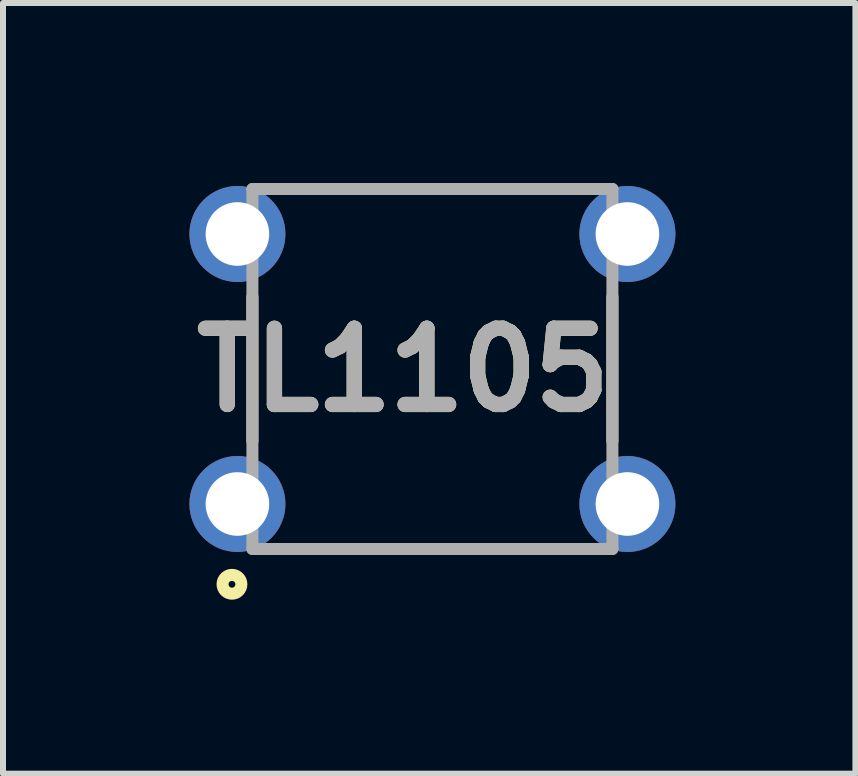
<source format=kicad_pcb>
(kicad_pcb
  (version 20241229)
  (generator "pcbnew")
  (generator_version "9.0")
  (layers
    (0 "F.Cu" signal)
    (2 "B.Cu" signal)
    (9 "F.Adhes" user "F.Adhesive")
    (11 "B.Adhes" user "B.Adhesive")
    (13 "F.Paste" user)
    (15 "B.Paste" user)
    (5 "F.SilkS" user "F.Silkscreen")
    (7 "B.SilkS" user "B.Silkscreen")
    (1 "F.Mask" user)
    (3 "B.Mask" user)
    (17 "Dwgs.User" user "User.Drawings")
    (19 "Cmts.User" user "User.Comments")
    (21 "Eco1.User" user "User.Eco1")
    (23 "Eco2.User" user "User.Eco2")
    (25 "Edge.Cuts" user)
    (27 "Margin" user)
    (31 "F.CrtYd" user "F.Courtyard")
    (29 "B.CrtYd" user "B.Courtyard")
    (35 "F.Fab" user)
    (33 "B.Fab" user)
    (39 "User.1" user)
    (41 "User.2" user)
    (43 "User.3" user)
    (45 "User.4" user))
  (footprint "TL1105"
    (layer "F.Cu")
    (at 4.157 3.1)
    (property "Reference" "TL1105" (at -0.486 0.017 0) (layer "F.SilkS") (effects (font (size 1.27 1.27) (thickness 0.254))))
    (attr through_hole)
    (fp_line (start -3 -1.2) (end -3 1.2) (stroke (width 0.2) (type solid)) (layer "F.SilkS"))
    (fp_line (start -2.5 -3) (end 2.5 -3) (stroke (width 0.2) (type solid)) (layer "F.SilkS"))
    (fp_line (start -2.5 3) (end 2.5 3) (stroke (width 0.2) (type solid)) (layer "F.SilkS"))
    (fp_line (start 3 -1.2) (end 3 1.2) (stroke (width 0.2) (type solid)) (layer "F.SilkS"))
    (fp_circle (center -3.341 3.588) (end -3.341 3.645) (stroke (width 0.2) (type solid)) (fill no) (layer "F.SilkS"))
    (fp_line (start -3 -3) (end 3 -3) (stroke (width 0.2) (type solid)) (layer "F.Fab"))
    (fp_line (start -3 3) (end -3 -3) (stroke (width 0.2) (type solid)) (layer "F.Fab"))
    (fp_line (start 3 -3) (end 3 3) (stroke (width 0.2) (type solid)) (layer "F.Fab"))
    (fp_line (start 3 3) (end -3 3) (stroke (width 0.2) (type solid)) (layer "F.Fab"))
    (fp_text user "${REFERENCE}" (at -0.486 0.017 0) (layer "F.Fab") (effects (font (size 1.27 1.27) (thickness 0.254))))
    (pad "1" thru_hole circle (at -3.25 2.25) (size 1.6 1.6) (drill 1.06) (layers "*.Cu" "*.Mask"))
    (pad "2" thru_hole circle (at 3.25 2.25) (size 1.6 1.6) (drill 1.06) (layers "*.Cu" "*.Mask"))
    (pad "3" thru_hole circle (at -3.25 -2.25) (size 1.6 1.6) (drill 1.06) (layers "*.Cu" "*.Mask"))
    (pad "4" thru_hole circle (at 3.25 -2.25) (size 1.6 1.6) (drill 1.06) (layers "*.Cu" "*.Mask")))
  (gr_rect
    (start -3 -3)
    (end 11.207 9.845)
    (stroke (width 0.1) (type default))
    (fill no)
    (layer "Edge.Cuts")))
</source>
